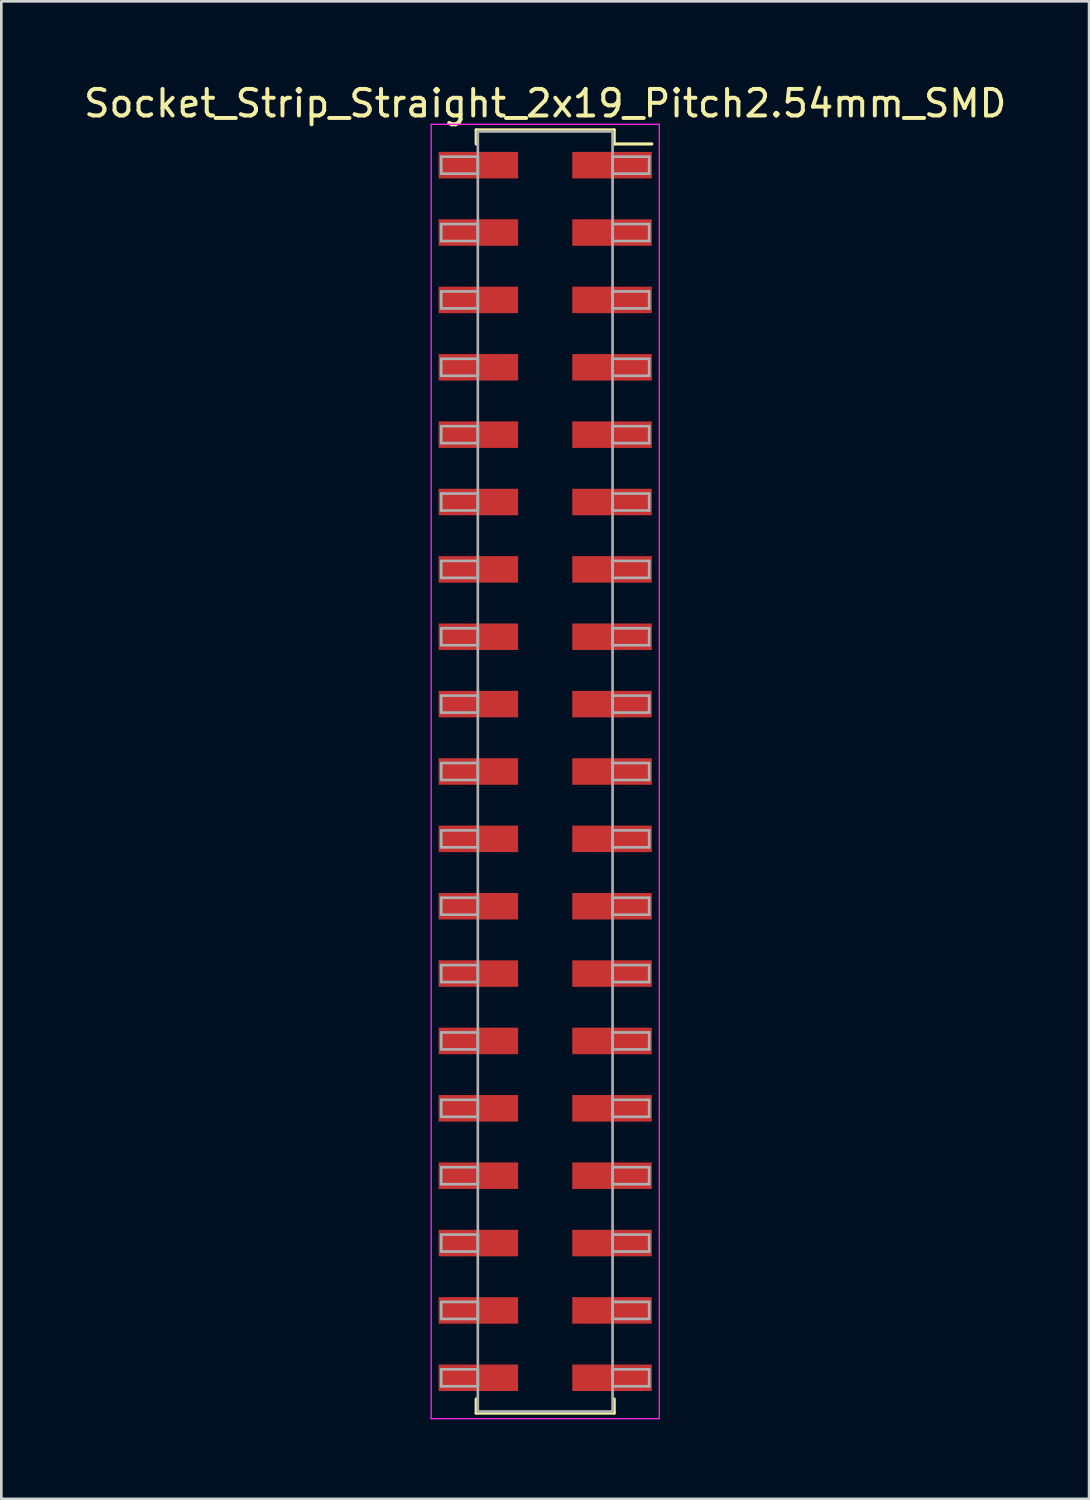
<source format=kicad_pcb>
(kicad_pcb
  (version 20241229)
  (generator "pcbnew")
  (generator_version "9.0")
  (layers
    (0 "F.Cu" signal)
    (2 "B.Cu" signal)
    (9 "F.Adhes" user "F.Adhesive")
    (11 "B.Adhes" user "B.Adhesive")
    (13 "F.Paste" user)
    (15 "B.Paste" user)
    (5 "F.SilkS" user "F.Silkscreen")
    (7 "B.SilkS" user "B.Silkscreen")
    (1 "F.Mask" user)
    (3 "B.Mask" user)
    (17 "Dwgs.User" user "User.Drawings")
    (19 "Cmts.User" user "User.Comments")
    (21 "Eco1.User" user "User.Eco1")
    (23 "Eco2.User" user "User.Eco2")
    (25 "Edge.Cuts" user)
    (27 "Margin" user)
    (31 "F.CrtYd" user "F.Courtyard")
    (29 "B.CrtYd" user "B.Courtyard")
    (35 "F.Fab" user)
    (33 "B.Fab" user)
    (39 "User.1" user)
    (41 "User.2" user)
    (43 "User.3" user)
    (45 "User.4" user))
  (footprint "Socket_Strip_Straight_2x19_Pitch2.54mm_SMD"
    (layer "F.Cu")
    (at 17.506 26.038)
    (property "Reference" "Socket_Strip_Straight_2x19_Pitch2.54mm_SMD" (at 0 -25.19 0) (layer "F.SilkS") (effects (font (size 1 1) (thickness 0.15))))
    (attr smd)
    (fp_line (start -2.6 -24.19) (end 2.6 -24.19) (stroke (width 0.12) (type solid)) (layer "F.SilkS"))
    (fp_line (start -2.6 -23.66) (end -2.6 -24.19) (stroke (width 0.12) (type solid)) (layer "F.SilkS"))
    (fp_line (start -2.6 23.66) (end -2.6 24.19) (stroke (width 0.12) (type solid)) (layer "F.SilkS"))
    (fp_line (start -2.6 24.19) (end 2.6 24.19) (stroke (width 0.12) (type solid)) (layer "F.SilkS"))
    (fp_line (start 2.6 -24.19) (end 2.6 -23.66) (stroke (width 0.12) (type solid)) (layer "F.SilkS"))
    (fp_line (start 2.6 24.19) (end 2.6 23.66) (stroke (width 0.12) (type solid)) (layer "F.SilkS"))
    (fp_line (start 4.02 -23.66) (end 2.6 -23.66) (stroke (width 0.12) (type solid)) (layer "F.SilkS"))
    (fp_line (start -4.3 -24.4) (end -4.3 24.4) (stroke (width 0.05) (type solid)) (layer "F.CrtYd"))
    (fp_line (start -4.3 24.4) (end 4.3 24.4) (stroke (width 0.05) (type solid)) (layer "F.CrtYd"))
    (fp_line (start 4.3 -24.4) (end -4.3 -24.4) (stroke (width 0.05) (type solid)) (layer "F.CrtYd"))
    (fp_line (start 4.3 24.4) (end 4.3 -24.4) (stroke (width 0.05) (type solid)) (layer "F.CrtYd"))
    (fp_line (start -3.92 -23.18) (end -2.54 -23.18) (stroke (width 0.1) (type solid)) (layer "F.Fab"))
    (fp_line (start -3.92 -22.54) (end -3.92 -23.18) (stroke (width 0.1) (type solid)) (layer "F.Fab"))
    (fp_line (start -3.92 -20.64) (end -2.54 -20.64) (stroke (width 0.1) (type solid)) (layer "F.Fab"))
    (fp_line (start -3.92 -20) (end -3.92 -20.64) (stroke (width 0.1) (type solid)) (layer "F.Fab"))
    (fp_line (start -3.92 -18.1) (end -2.54 -18.1) (stroke (width 0.1) (type solid)) (layer "F.Fab"))
    (fp_line (start -3.92 -17.46) (end -3.92 -18.1) (stroke (width 0.1) (type solid)) (layer "F.Fab"))
    (fp_line (start -3.92 -15.56) (end -2.54 -15.56) (stroke (width 0.1) (type solid)) (layer "F.Fab"))
    (fp_line (start -3.92 -14.92) (end -3.92 -15.56) (stroke (width 0.1) (type solid)) (layer "F.Fab"))
    (fp_line (start -3.92 -13.02) (end -2.54 -13.02) (stroke (width 0.1) (type solid)) (layer "F.Fab"))
    (fp_line (start -3.92 -12.38) (end -3.92 -13.02) (stroke (width 0.1) (type solid)) (layer "F.Fab"))
    (fp_line (start -3.92 -10.48) (end -2.54 -10.48) (stroke (width 0.1) (type solid)) (layer "F.Fab"))
    (fp_line (start -3.92 -9.84) (end -3.92 -10.48) (stroke (width 0.1) (type solid)) (layer "F.Fab"))
    (fp_line (start -3.92 -7.94) (end -2.54 -7.94) (stroke (width 0.1) (type solid)) (layer "F.Fab"))
    (fp_line (start -3.92 -7.3) (end -3.92 -7.94) (stroke (width 0.1) (type solid)) (layer "F.Fab"))
    (fp_line (start -3.92 -5.4) (end -2.54 -5.4) (stroke (width 0.1) (type solid)) (layer "F.Fab"))
    (fp_line (start -3.92 -4.76) (end -3.92 -5.4) (stroke (width 0.1) (type solid)) (layer "F.Fab"))
    (fp_line (start -3.92 -2.86) (end -2.54 -2.86) (stroke (width 0.1) (type solid)) (layer "F.Fab"))
    (fp_line (start -3.92 -2.22) (end -3.92 -2.86) (stroke (width 0.1) (type solid)) (layer "F.Fab"))
    (fp_line (start -3.92 -0.32) (end -2.54 -0.32) (stroke (width 0.1) (type solid)) (layer "F.Fab"))
    (fp_line (start -3.92 0.32) (end -3.92 -0.32) (stroke (width 0.1) (type solid)) (layer "F.Fab"))
    (fp_line (start -3.92 2.22) (end -2.54 2.22) (stroke (width 0.1) (type solid)) (layer "F.Fab"))
    (fp_line (start -3.92 2.86) (end -3.92 2.22) (stroke (width 0.1) (type solid)) (layer "F.Fab"))
    (fp_line (start -3.92 4.76) (end -2.54 4.76) (stroke (width 0.1) (type solid)) (layer "F.Fab"))
    (fp_line (start -3.92 5.4) (end -3.92 4.76) (stroke (width 0.1) (type solid)) (layer "F.Fab"))
    (fp_line (start -3.92 7.3) (end -2.54 7.3) (stroke (width 0.1) (type solid)) (layer "F.Fab"))
    (fp_line (start -3.92 7.94) (end -3.92 7.3) (stroke (width 0.1) (type solid)) (layer "F.Fab"))
    (fp_line (start -3.92 9.84) (end -2.54 9.84) (stroke (width 0.1) (type solid)) (layer "F.Fab"))
    (fp_line (start -3.92 10.48) (end -3.92 9.84) (stroke (width 0.1) (type solid)) (layer "F.Fab"))
    (fp_line (start -3.92 12.38) (end -2.54 12.38) (stroke (width 0.1) (type solid)) (layer "F.Fab"))
    (fp_line (start -3.92 13.02) (end -3.92 12.38) (stroke (width 0.1) (type solid)) (layer "F.Fab"))
    (fp_line (start -3.92 14.92) (end -2.54 14.92) (stroke (width 0.1) (type solid)) (layer "F.Fab"))
    (fp_line (start -3.92 15.56) (end -3.92 14.92) (stroke (width 0.1) (type solid)) (layer "F.Fab"))
    (fp_line (start -3.92 17.46) (end -2.54 17.46) (stroke (width 0.1) (type solid)) (layer "F.Fab"))
    (fp_line (start -3.92 18.1) (end -3.92 17.46) (stroke (width 0.1) (type solid)) (layer "F.Fab"))
    (fp_line (start -3.92 20) (end -2.54 20) (stroke (width 0.1) (type solid)) (layer "F.Fab"))
    (fp_line (start -3.92 20.64) (end -3.92 20) (stroke (width 0.1) (type solid)) (layer "F.Fab"))
    (fp_line (start -3.92 22.54) (end -2.54 22.54) (stroke (width 0.1) (type solid)) (layer "F.Fab"))
    (fp_line (start -3.92 23.18) (end -3.92 22.54) (stroke (width 0.1) (type solid)) (layer "F.Fab"))
    (fp_line (start -2.54 -24.13) (end -2.54 24.13) (stroke (width 0.1) (type solid)) (layer "F.Fab"))
    (fp_line (start -2.54 -23.18) (end -2.54 -22.54) (stroke (width 0.1) (type solid)) (layer "F.Fab"))
    (fp_line (start -2.54 -22.54) (end -3.92 -22.54) (stroke (width 0.1) (type solid)) (layer "F.Fab"))
    (fp_line (start -2.54 -20.64) (end -2.54 -20) (stroke (width 0.1) (type solid)) (layer "F.Fab"))
    (fp_line (start -2.54 -20) (end -3.92 -20) (stroke (width 0.1) (type solid)) (layer "F.Fab"))
    (fp_line (start -2.54 -18.1) (end -2.54 -17.46) (stroke (width 0.1) (type solid)) (layer "F.Fab"))
    (fp_line (start -2.54 -17.46) (end -3.92 -17.46) (stroke (width 0.1) (type solid)) (layer "F.Fab"))
    (fp_line (start -2.54 -15.56) (end -2.54 -14.92) (stroke (width 0.1) (type solid)) (layer "F.Fab"))
    (fp_line (start -2.54 -14.92) (end -3.92 -14.92) (stroke (width 0.1) (type solid)) (layer "F.Fab"))
    (fp_line (start -2.54 -13.02) (end -2.54 -12.38) (stroke (width 0.1) (type solid)) (layer "F.Fab"))
    (fp_line (start -2.54 -12.38) (end -3.92 -12.38) (stroke (width 0.1) (type solid)) (layer "F.Fab"))
    (fp_line (start -2.54 -10.48) (end -2.54 -9.84) (stroke (width 0.1) (type solid)) (layer "F.Fab"))
    (fp_line (start -2.54 -9.84) (end -3.92 -9.84) (stroke (width 0.1) (type solid)) (layer "F.Fab"))
    (fp_line (start -2.54 -7.94) (end -2.54 -7.3) (stroke (width 0.1) (type solid)) (layer "F.Fab"))
    (fp_line (start -2.54 -7.3) (end -3.92 -7.3) (stroke (width 0.1) (type solid)) (layer "F.Fab"))
    (fp_line (start -2.54 -5.4) (end -2.54 -4.76) (stroke (width 0.1) (type solid)) (layer "F.Fab"))
    (fp_line (start -2.54 -4.76) (end -3.92 -4.76) (stroke (width 0.1) (type solid)) (layer "F.Fab"))
    (fp_line (start -2.54 -2.86) (end -2.54 -2.22) (stroke (width 0.1) (type solid)) (layer "F.Fab"))
    (fp_line (start -2.54 -2.22) (end -3.92 -2.22) (stroke (width 0.1) (type solid)) (layer "F.Fab"))
    (fp_line (start -2.54 -0.32) (end -2.54 0.32) (stroke (width 0.1) (type solid)) (layer "F.Fab"))
    (fp_line (start -2.54 0.32) (end -3.92 0.32) (stroke (width 0.1) (type solid)) (layer "F.Fab"))
    (fp_line (start -2.54 2.22) (end -2.54 2.86) (stroke (width 0.1) (type solid)) (layer "F.Fab"))
    (fp_line (start -2.54 2.86) (end -3.92 2.86) (stroke (width 0.1) (type solid)) (layer "F.Fab"))
    (fp_line (start -2.54 4.76) (end -2.54 5.4) (stroke (width 0.1) (type solid)) (layer "F.Fab"))
    (fp_line (start -2.54 5.4) (end -3.92 5.4) (stroke (width 0.1) (type solid)) (layer "F.Fab"))
    (fp_line (start -2.54 7.3) (end -2.54 7.94) (stroke (width 0.1) (type solid)) (layer "F.Fab"))
    (fp_line (start -2.54 7.94) (end -3.92 7.94) (stroke (width 0.1) (type solid)) (layer "F.Fab"))
    (fp_line (start -2.54 9.84) (end -2.54 10.48) (stroke (width 0.1) (type solid)) (layer "F.Fab"))
    (fp_line (start -2.54 10.48) (end -3.92 10.48) (stroke (width 0.1) (type solid)) (layer "F.Fab"))
    (fp_line (start -2.54 12.38) (end -2.54 13.02) (stroke (width 0.1) (type solid)) (layer "F.Fab"))
    (fp_line (start -2.54 13.02) (end -3.92 13.02) (stroke (width 0.1) (type solid)) (layer "F.Fab"))
    (fp_line (start -2.54 14.92) (end -2.54 15.56) (stroke (width 0.1) (type solid)) (layer "F.Fab"))
    (fp_line (start -2.54 15.56) (end -3.92 15.56) (stroke (width 0.1) (type solid)) (layer "F.Fab"))
    (fp_line (start -2.54 17.46) (end -2.54 18.1) (stroke (width 0.1) (type solid)) (layer "F.Fab"))
    (fp_line (start -2.54 18.1) (end -3.92 18.1) (stroke (width 0.1) (type solid)) (layer "F.Fab"))
    (fp_line (start -2.54 20) (end -2.54 20.64) (stroke (width 0.1) (type solid)) (layer "F.Fab"))
    (fp_line (start -2.54 20.64) (end -3.92 20.64) (stroke (width 0.1) (type solid)) (layer "F.Fab"))
    (fp_line (start -2.54 22.54) (end -2.54 23.18) (stroke (width 0.1) (type solid)) (layer "F.Fab"))
    (fp_line (start -2.54 23.18) (end -3.92 23.18) (stroke (width 0.1) (type solid)) (layer "F.Fab"))
    (fp_line (start -2.54 24.13) (end 2.54 24.13) (stroke (width 0.1) (type solid)) (layer "F.Fab"))
    (fp_line (start 2.54 -24.13) (end -2.54 -24.13) (stroke (width 0.1) (type solid)) (layer "F.Fab"))
    (fp_line (start 2.54 -23.18) (end 2.54 -22.54) (stroke (width 0.1) (type solid)) (layer "F.Fab"))
    (fp_line (start 2.54 -22.54) (end 3.92 -22.54) (stroke (width 0.1) (type solid)) (layer "F.Fab"))
    (fp_line (start 2.54 -20.64) (end 2.54 -20) (stroke (width 0.1) (type solid)) (layer "F.Fab"))
    (fp_line (start 2.54 -20) (end 3.92 -20) (stroke (width 0.1) (type solid)) (layer "F.Fab"))
    (fp_line (start 2.54 -18.1) (end 2.54 -17.46) (stroke (width 0.1) (type solid)) (layer "F.Fab"))
    (fp_line (start 2.54 -17.46) (end 3.92 -17.46) (stroke (width 0.1) (type solid)) (layer "F.Fab"))
    (fp_line (start 2.54 -15.56) (end 2.54 -14.92) (stroke (width 0.1) (type solid)) (layer "F.Fab"))
    (fp_line (start 2.54 -14.92) (end 3.92 -14.92) (stroke (width 0.1) (type solid)) (layer "F.Fab"))
    (fp_line (start 2.54 -13.02) (end 2.54 -12.38) (stroke (width 0.1) (type solid)) (layer "F.Fab"))
    (fp_line (start 2.54 -12.38) (end 3.92 -12.38) (stroke (width 0.1) (type solid)) (layer "F.Fab"))
    (fp_line (start 2.54 -10.48) (end 2.54 -9.84) (stroke (width 0.1) (type solid)) (layer "F.Fab"))
    (fp_line (start 2.54 -9.84) (end 3.92 -9.84) (stroke (width 0.1) (type solid)) (layer "F.Fab"))
    (fp_line (start 2.54 -7.94) (end 2.54 -7.3) (stroke (width 0.1) (type solid)) (layer "F.Fab"))
    (fp_line (start 2.54 -7.3) (end 3.92 -7.3) (stroke (width 0.1) (type solid)) (layer "F.Fab"))
    (fp_line (start 2.54 -5.4) (end 2.54 -4.76) (stroke (width 0.1) (type solid)) (layer "F.Fab"))
    (fp_line (start 2.54 -4.76) (end 3.92 -4.76) (stroke (width 0.1) (type solid)) (layer "F.Fab"))
    (fp_line (start 2.54 -2.86) (end 2.54 -2.22) (stroke (width 0.1) (type solid)) (layer "F.Fab"))
    (fp_line (start 2.54 -2.22) (end 3.92 -2.22) (stroke (width 0.1) (type solid)) (layer "F.Fab"))
    (fp_line (start 2.54 -0.32) (end 2.54 0.32) (stroke (width 0.1) (type solid)) (layer "F.Fab"))
    (fp_line (start 2.54 0.32) (end 3.92 0.32) (stroke (width 0.1) (type solid)) (layer "F.Fab"))
    (fp_line (start 2.54 2.22) (end 2.54 2.86) (stroke (width 0.1) (type solid)) (layer "F.Fab"))
    (fp_line (start 2.54 2.86) (end 3.92 2.86) (stroke (width 0.1) (type solid)) (layer "F.Fab"))
    (fp_line (start 2.54 4.76) (end 2.54 5.4) (stroke (width 0.1) (type solid)) (layer "F.Fab"))
    (fp_line (start 2.54 5.4) (end 3.92 5.4) (stroke (width 0.1) (type solid)) (layer "F.Fab"))
    (fp_line (start 2.54 7.3) (end 2.54 7.94) (stroke (width 0.1) (type solid)) (layer "F.Fab"))
    (fp_line (start 2.54 7.94) (end 3.92 7.94) (stroke (width 0.1) (type solid)) (layer "F.Fab"))
    (fp_line (start 2.54 9.84) (end 2.54 10.48) (stroke (width 0.1) (type solid)) (layer "F.Fab"))
    (fp_line (start 2.54 10.48) (end 3.92 10.48) (stroke (width 0.1) (type solid)) (layer "F.Fab"))
    (fp_line (start 2.54 12.38) (end 2.54 13.02) (stroke (width 0.1) (type solid)) (layer "F.Fab"))
    (fp_line (start 2.54 13.02) (end 3.92 13.02) (stroke (width 0.1) (type solid)) (layer "F.Fab"))
    (fp_line (start 2.54 14.92) (end 2.54 15.56) (stroke (width 0.1) (type solid)) (layer "F.Fab"))
    (fp_line (start 2.54 15.56) (end 3.92 15.56) (stroke (width 0.1) (type solid)) (layer "F.Fab"))
    (fp_line (start 2.54 17.46) (end 2.54 18.1) (stroke (width 0.1) (type solid)) (layer "F.Fab"))
    (fp_line (start 2.54 18.1) (end 3.92 18.1) (stroke (width 0.1) (type solid)) (layer "F.Fab"))
    (fp_line (start 2.54 20) (end 2.54 20.64) (stroke (width 0.1) (type solid)) (layer "F.Fab"))
    (fp_line (start 2.54 20.64) (end 3.92 20.64) (stroke (width 0.1) (type solid)) (layer "F.Fab"))
    (fp_line (start 2.54 22.54) (end 2.54 23.18) (stroke (width 0.1) (type solid)) (layer "F.Fab"))
    (fp_line (start 2.54 23.18) (end 3.92 23.18) (stroke (width 0.1) (type solid)) (layer "F.Fab"))
    (fp_line (start 2.54 24.13) (end 2.54 -24.13) (stroke (width 0.1) (type solid)) (layer "F.Fab"))
    (fp_line (start 3.92 -23.18) (end 2.54 -23.18) (stroke (width 0.1) (type solid)) (layer "F.Fab"))
    (fp_line (start 3.92 -22.54) (end 3.92 -23.18) (stroke (width 0.1) (type solid)) (layer "F.Fab"))
    (fp_line (start 3.92 -20.64) (end 2.54 -20.64) (stroke (width 0.1) (type solid)) (layer "F.Fab"))
    (fp_line (start 3.92 -20) (end 3.92 -20.64) (stroke (width 0.1) (type solid)) (layer "F.Fab"))
    (fp_line (start 3.92 -18.1) (end 2.54 -18.1) (stroke (width 0.1) (type solid)) (layer "F.Fab"))
    (fp_line (start 3.92 -17.46) (end 3.92 -18.1) (stroke (width 0.1) (type solid)) (layer "F.Fab"))
    (fp_line (start 3.92 -15.56) (end 2.54 -15.56) (stroke (width 0.1) (type solid)) (layer "F.Fab"))
    (fp_line (start 3.92 -14.92) (end 3.92 -15.56) (stroke (width 0.1) (type solid)) (layer "F.Fab"))
    (fp_line (start 3.92 -13.02) (end 2.54 -13.02) (stroke (width 0.1) (type solid)) (layer "F.Fab"))
    (fp_line (start 3.92 -12.38) (end 3.92 -13.02) (stroke (width 0.1) (type solid)) (layer "F.Fab"))
    (fp_line (start 3.92 -10.48) (end 2.54 -10.48) (stroke (width 0.1) (type solid)) (layer "F.Fab"))
    (fp_line (start 3.92 -9.84) (end 3.92 -10.48) (stroke (width 0.1) (type solid)) (layer "F.Fab"))
    (fp_line (start 3.92 -7.94) (end 2.54 -7.94) (stroke (width 0.1) (type solid)) (layer "F.Fab"))
    (fp_line (start 3.92 -7.3) (end 3.92 -7.94) (stroke (width 0.1) (type solid)) (layer "F.Fab"))
    (fp_line (start 3.92 -5.4) (end 2.54 -5.4) (stroke (width 0.1) (type solid)) (layer "F.Fab"))
    (fp_line (start 3.92 -4.76) (end 3.92 -5.4) (stroke (width 0.1) (type solid)) (layer "F.Fab"))
    (fp_line (start 3.92 -2.86) (end 2.54 -2.86) (stroke (width 0.1) (type solid)) (layer "F.Fab"))
    (fp_line (start 3.92 -2.22) (end 3.92 -2.86) (stroke (width 0.1) (type solid)) (layer "F.Fab"))
    (fp_line (start 3.92 -0.32) (end 2.54 -0.32) (stroke (width 0.1) (type solid)) (layer "F.Fab"))
    (fp_line (start 3.92 0.32) (end 3.92 -0.32) (stroke (width 0.1) (type solid)) (layer "F.Fab"))
    (fp_line (start 3.92 2.22) (end 2.54 2.22) (stroke (width 0.1) (type solid)) (layer "F.Fab"))
    (fp_line (start 3.92 2.86) (end 3.92 2.22) (stroke (width 0.1) (type solid)) (layer "F.Fab"))
    (fp_line (start 3.92 4.76) (end 2.54 4.76) (stroke (width 0.1) (type solid)) (layer "F.Fab"))
    (fp_line (start 3.92 5.4) (end 3.92 4.76) (stroke (width 0.1) (type solid)) (layer "F.Fab"))
    (fp_line (start 3.92 7.3) (end 2.54 7.3) (stroke (width 0.1) (type solid)) (layer "F.Fab"))
    (fp_line (start 3.92 7.94) (end 3.92 7.3) (stroke (width 0.1) (type solid)) (layer "F.Fab"))
    (fp_line (start 3.92 9.84) (end 2.54 9.84) (stroke (width 0.1) (type solid)) (layer "F.Fab"))
    (fp_line (start 3.92 10.48) (end 3.92 9.84) (stroke (width 0.1) (type solid)) (layer "F.Fab"))
    (fp_line (start 3.92 12.38) (end 2.54 12.38) (stroke (width 0.1) (type solid)) (layer "F.Fab"))
    (fp_line (start 3.92 13.02) (end 3.92 12.38) (stroke (width 0.1) (type solid)) (layer "F.Fab"))
    (fp_line (start 3.92 14.92) (end 2.54 14.92) (stroke (width 0.1) (type solid)) (layer "F.Fab"))
    (fp_line (start 3.92 15.56) (end 3.92 14.92) (stroke (width 0.1) (type solid)) (layer "F.Fab"))
    (fp_line (start 3.92 17.46) (end 2.54 17.46) (stroke (width 0.1) (type solid)) (layer "F.Fab"))
    (fp_line (start 3.92 18.1) (end 3.92 17.46) (stroke (width 0.1) (type solid)) (layer "F.Fab"))
    (fp_line (start 3.92 20) (end 2.54 20) (stroke (width 0.1) (type solid)) (layer "F.Fab"))
    (fp_line (start 3.92 20.64) (end 3.92 20) (stroke (width 0.1) (type solid)) (layer "F.Fab"))
    (fp_line (start 3.92 22.54) (end 2.54 22.54) (stroke (width 0.1) (type solid)) (layer "F.Fab"))
    (fp_line (start 3.92 23.18) (end 3.92 22.54) (stroke (width 0.1) (type solid)) (layer "F.Fab"))
    (pad "1" smd rect (at 2.52 -22.86) (size 3 1) (layers "F.Cu" "F.Mask"))
    (pad "2" smd rect (at -2.52 -22.86) (size 3 1) (layers "F.Cu" "F.Mask"))
    (pad "3" smd rect (at 2.52 -20.32) (size 3 1) (layers "F.Cu" "F.Mask"))
    (pad "4" smd rect (at -2.52 -20.32) (size 3 1) (layers "F.Cu" "F.Mask"))
    (pad "5" smd rect (at 2.52 -17.78) (size 3 1) (layers "F.Cu" "F.Mask"))
    (pad "6" smd rect (at -2.52 -17.78) (size 3 1) (layers "F.Cu" "F.Mask"))
    (pad "7" smd rect (at 2.52 -15.24) (size 3 1) (layers "F.Cu" "F.Mask"))
    (pad "8" smd rect (at -2.52 -15.24) (size 3 1) (layers "F.Cu" "F.Mask"))
    (pad "9" smd rect (at 2.52 -12.7) (size 3 1) (layers "F.Cu" "F.Mask"))
    (pad "10" smd rect (at -2.52 -12.7) (size 3 1) (layers "F.Cu" "F.Mask"))
    (pad "11" smd rect (at 2.52 -10.16) (size 3 1) (layers "F.Cu" "F.Mask"))
    (pad "12" smd rect (at -2.52 -10.16) (size 3 1) (layers "F.Cu" "F.Mask"))
    (pad "13" smd rect (at 2.52 -7.62) (size 3 1) (layers "F.Cu" "F.Mask"))
    (pad "14" smd rect (at -2.52 -7.62) (size 3 1) (layers "F.Cu" "F.Mask"))
    (pad "15" smd rect (at 2.52 -5.08) (size 3 1) (layers "F.Cu" "F.Mask"))
    (pad "16" smd rect (at -2.52 -5.08) (size 3 1) (layers "F.Cu" "F.Mask"))
    (pad "17" smd rect (at 2.52 -2.54) (size 3 1) (layers "F.Cu" "F.Mask"))
    (pad "18" smd rect (at -2.52 -2.54) (size 3 1) (layers "F.Cu" "F.Mask"))
    (pad "19" smd rect (at 2.52 0) (size 3 1) (layers "F.Cu" "F.Mask"))
    (pad "20" smd rect (at -2.52 0) (size 3 1) (layers "F.Cu" "F.Mask"))
    (pad "21" smd rect (at 2.52 2.54) (size 3 1) (layers "F.Cu" "F.Mask"))
    (pad "22" smd rect (at -2.52 2.54) (size 3 1) (layers "F.Cu" "F.Mask"))
    (pad "23" smd rect (at 2.52 5.08) (size 3 1) (layers "F.Cu" "F.Mask"))
    (pad "24" smd rect (at -2.52 5.08) (size 3 1) (layers "F.Cu" "F.Mask"))
    (pad "25" smd rect (at 2.52 7.62) (size 3 1) (layers "F.Cu" "F.Mask"))
    (pad "26" smd rect (at -2.52 7.62) (size 3 1) (layers "F.Cu" "F.Mask"))
    (pad "27" smd rect (at 2.52 10.16) (size 3 1) (layers "F.Cu" "F.Mask"))
    (pad "28" smd rect (at -2.52 10.16) (size 3 1) (layers "F.Cu" "F.Mask"))
    (pad "29" smd rect (at 2.52 12.7) (size 3 1) (layers "F.Cu" "F.Mask"))
    (pad "30" smd rect (at -2.52 12.7) (size 3 1) (layers "F.Cu" "F.Mask"))
    (pad "31" smd rect (at 2.52 15.24) (size 3 1) (layers "F.Cu" "F.Mask"))
    (pad "32" smd rect (at -2.52 15.24) (size 3 1) (layers "F.Cu" "F.Mask"))
    (pad "33" smd rect (at 2.52 17.78) (size 3 1) (layers "F.Cu" "F.Mask"))
    (pad "34" smd rect (at -2.52 17.78) (size 3 1) (layers "F.Cu" "F.Mask"))
    (pad "35" smd rect (at 2.52 20.32) (size 3 1) (layers "F.Cu" "F.Mask"))
    (pad "36" smd rect (at -2.52 20.32) (size 3 1) (layers "F.Cu" "F.Mask"))
    (pad "37" smd rect (at 2.52 22.86) (size 3 1) (layers "F.Cu" "F.Mask"))
    (pad "38" smd rect (at -2.52 22.86) (size 3 1) (layers "F.Cu" "F.Mask")))
  (gr_rect
    (start -3 -3)
    (end 38.012 53.463)
    (stroke (width 0.1) (type default))
    (fill no)
    (layer "Edge.Cuts")))
</source>
